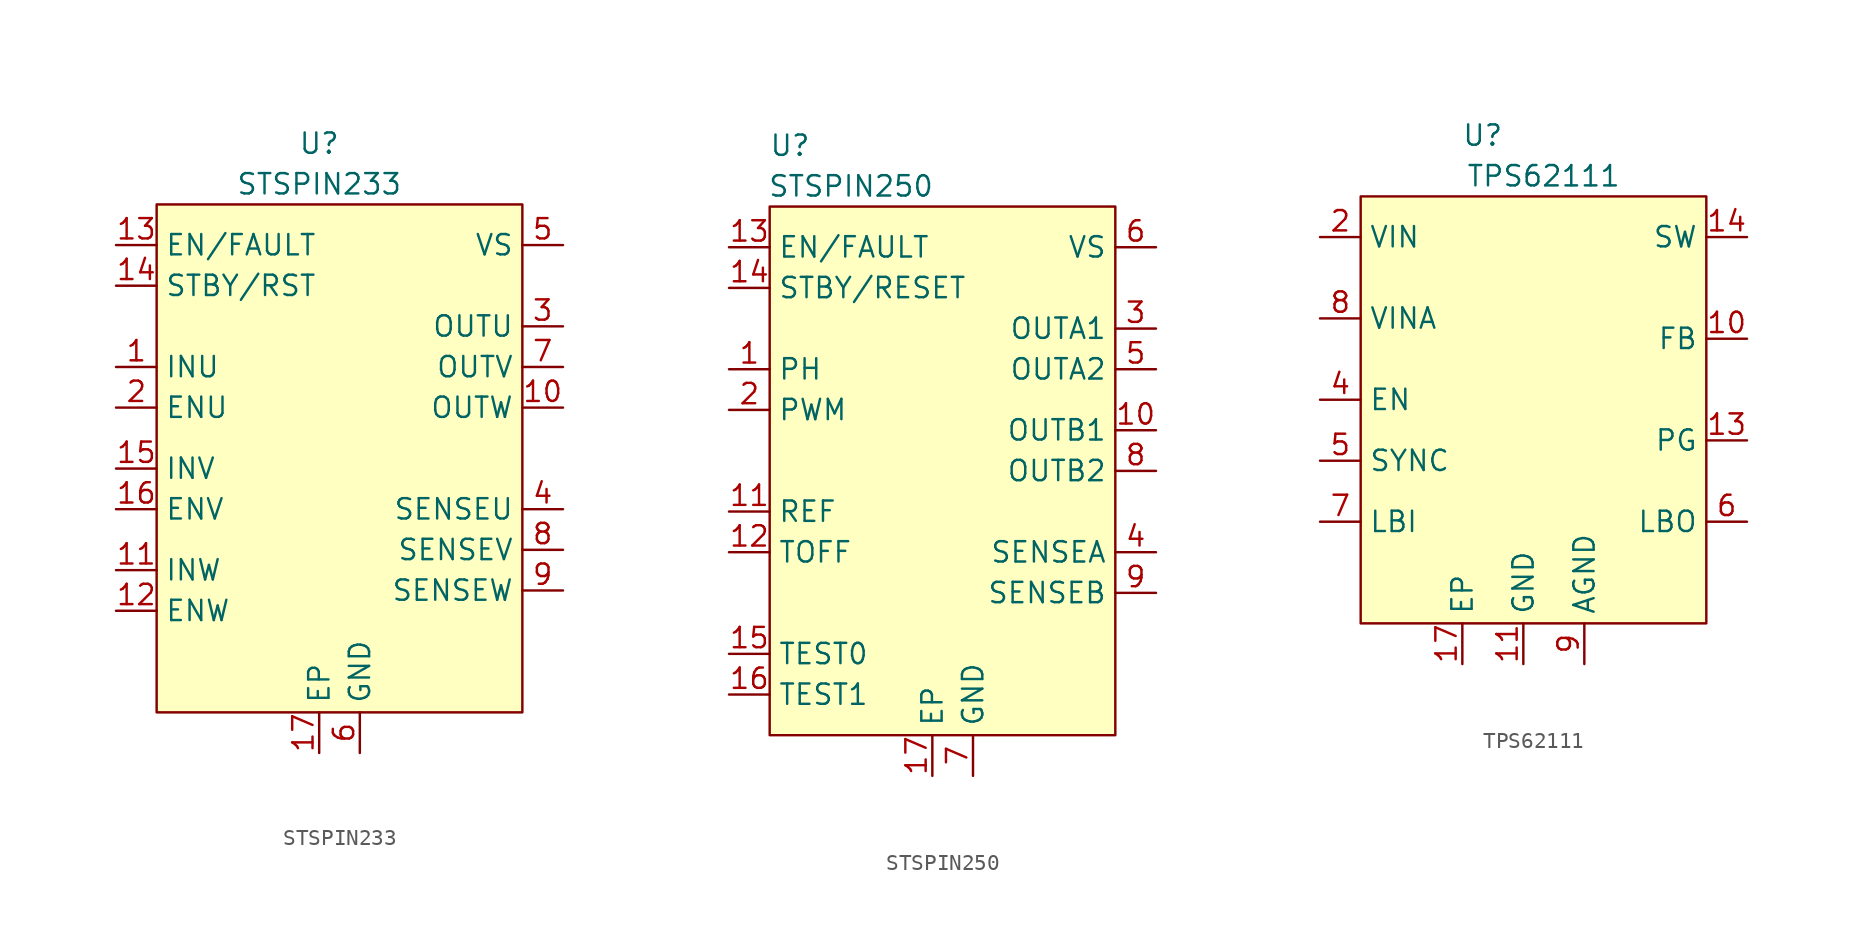
<source format=kicad_sym>
(kicad_symbol_lib
  (version 20210619)
  (generator kicad_symbol_editor)
  (symbol "project-lib:STSPIN233"
    (property "Reference" "U"
      (at 3.81 11.43 0)
      (effects (font (size 1.27 1.27))))
    (property "Value" "STSPIN233"
      (at 3.81 8.89 0)
      (effects (font (size 1.27 1.27))))
    (symbol "STSPIN233_0_0"
      (pin power_out line (at 19.05 -5.08 180) (length 2.54) (name "OUTW" (effects (font (size 1.27 1.27)))) (number "10" (effects (font (size 1.27 1.27)))))
      (pin input line (at -8.89 -15.24 0) (length 2.54) (name "INW" (effects (font (size 1.27 1.27)))) (number "11" (effects (font (size 1.27 1.27)))))
      (pin input line (at -8.89 -17.78 0) (length 2.54) (name "ENW" (effects (font (size 1.27 1.27)))) (number "12" (effects (font (size 1.27 1.27)))))
      (pin bidirectional line (at -8.89 5.08 0) (length 2.54) (name "EN/FAULT" (effects (font (size 1.27 1.27)))) (number "13" (effects (font (size 1.27 1.27)))))
      (pin input line (at -8.89 2.54 0) (length 2.54) (name "STBY/RST" (effects (font (size 1.27 1.27)))) (number "14" (effects (font (size 1.27 1.27)))))
      (pin input line (at -8.89 -8.89 0) (length 2.54) (name "INV" (effects (font (size 1.27 1.27)))) (number "15" (effects (font (size 1.27 1.27)))))
      (pin input line (at -8.89 -11.43 0) (length 2.54) (name "ENV" (effects (font (size 1.27 1.27)))) (number "16" (effects (font (size 1.27 1.27)))))
      (pin power_in line (at 3.81 -26.67 90) (length 2.54) (name "EP" (effects (font (size 1.27 1.27)))) (number "17" (effects (font (size 1.27 1.27)))))
      (pin input line (at -8.89 -5.08 0) (length 2.54) (name "ENU" (effects (font (size 1.27 1.27)))) (number "2" (effects (font (size 1.27 1.27)))))
      (pin power_out line (at 19.05 0 180) (length 2.54) (name "OUTU" (effects (font (size 1.27 1.27)))) (number "3" (effects (font (size 1.27 1.27)))))
      (pin power_out line (at 19.05 -11.43 180) (length 2.54) (name "SENSEU" (effects (font (size 1.27 1.27)))) (number "4" (effects (font (size 1.27 1.27)))))
      (pin power_in line (at 19.05 5.08 180) (length 2.54) (name "VS" (effects (font (size 1.27 1.27)))) (number "5" (effects (font (size 1.27 1.27)))))
      (pin power_in line (at 6.35 -26.67 90) (length 2.54) (name "GND" (effects (font (size 1.27 1.27)))) (number "6" (effects (font (size 1.27 1.27)))))
      (pin power_out line (at 19.05 -2.54 180) (length 2.54) (name "OUTV" (effects (font (size 1.27 1.27)))) (number "7" (effects (font (size 1.27 1.27)))))
      (pin power_out line (at 19.05 -13.97 180) (length 2.54) (name "SENSEV" (effects (font (size 1.27 1.27)))) (number "8" (effects (font (size 1.27 1.27)))))
      (pin power_out line (at 19.05 -16.51 180) (length 2.54) (name "SENSEW" (effects (font (size 1.27 1.27)))) (number "9" (effects (font (size 1.27 1.27))))))
    (symbol "STSPIN233_0_1"
      (rectangle (start -6.35 7.62) (end 16.51 -24.13) (stroke (width 0.152)) (fill (type background))))
    (symbol "STSPIN233_1_1"
      (pin input line (at -8.89 -2.54 0) (length 2.54) (name "INU" (effects (font (size 1.27 1.27)))) (number "1" (effects (font (size 1.27 1.27)))))))
  (symbol "project-lib:STSPIN250"
    (property "Reference" "U"
      (at -10.16 8.89 0)
      (effects (font (size 1.27 1.27))))
    (property "Value" "STSPIN250"
      (at -6.35 6.35 0)
      (effects (font (size 1.27 1.27))))
    (symbol "STSPIN250_0_0"
      (pin input line (at 12.7 -8.89 180) (length 2.54) (name "OUTB1" (effects (font (size 1.27 1.27)))) (number "10" (effects (font (size 1.27 1.27)))))
      (pin input line (at -13.97 -13.97 0) (length 2.54) (name "REF" (effects (font (size 1.27 1.27)))) (number "11" (effects (font (size 1.27 1.27)))))
      (pin input line (at -13.97 -16.51 0) (length 2.54) (name "TOFF" (effects (font (size 1.27 1.27)))) (number "12" (effects (font (size 1.27 1.27)))))
      (pin input line (at -13.97 2.54 0) (length 2.54) (name "EN/FAULT" (effects (font (size 1.27 1.27)))) (number "13" (effects (font (size 1.27 1.27)))))
      (pin input line (at -13.97 0 0) (length 2.54) (name "STBY/RESET" (effects (font (size 1.27 1.27)))) (number "14" (effects (font (size 1.27 1.27)))))
      (pin input line (at -13.97 -22.86 0) (length 2.54) (name "TEST0" (effects (font (size 1.27 1.27)))) (number "15" (effects (font (size 1.27 1.27)))))
      (pin input line (at -13.97 -25.4 0) (length 2.54) (name "TEST1" (effects (font (size 1.27 1.27)))) (number "16" (effects (font (size 1.27 1.27)))))
      (pin input line (at -1.27 -30.48 90) (length 2.54) (name "EP" (effects (font (size 1.27 1.27)))) (number "17" (effects (font (size 1.27 1.27)))))
      (pin input line (at -13.97 -7.62 0) (length 2.54) (name "PWM" (effects (font (size 1.27 1.27)))) (number "2" (effects (font (size 1.27 1.27)))))
      (pin input line (at 12.7 -2.54 180) (length 2.54) (name "OUTA1" (effects (font (size 1.27 1.27)))) (number "3" (effects (font (size 1.27 1.27)))))
      (pin input line (at 12.7 -16.51 180) (length 2.54) (name "SENSEA" (effects (font (size 1.27 1.27)))) (number "4" (effects (font (size 1.27 1.27)))))
      (pin input line (at 12.7 -5.08 180) (length 2.54) (name "OUTA2" (effects (font (size 1.27 1.27)))) (number "5" (effects (font (size 1.27 1.27)))))
      (pin input line (at 12.7 2.54 180) (length 2.54) (name "VS" (effects (font (size 1.27 1.27)))) (number "6" (effects (font (size 1.27 1.27)))))
      (pin input line (at 1.27 -30.48 90) (length 2.54) (name "GND" (effects (font (size 1.27 1.27)))) (number "7" (effects (font (size 1.27 1.27)))))
      (pin input line (at 12.7 -11.43 180) (length 2.54) (name "OUTB2" (effects (font (size 1.27 1.27)))) (number "8" (effects (font (size 1.27 1.27)))))
      (pin input line (at 12.7 -19.05 180) (length 2.54) (name "SENSEB" (effects (font (size 1.27 1.27)))) (number "9" (effects (font (size 1.27 1.27))))))
    (symbol "STSPIN250_0_1"
      (rectangle (start -11.43 5.08) (end 10.16 -27.94) (stroke (width 0.152)) (fill (type background))))
    (symbol "STSPIN250_1_1"
      (pin input line (at -13.97 -5.08 0) (length 2.54) (name "PH" (effects (font (size 1.27 1.27)))) (number "1" (effects (font (size 1.27 1.27)))))))
  (symbol "project-lib:TPS62111"
    (property "Reference" "U"
      (at 7.62 3.81 0)
      (effects (font (size 1.27 1.27))))
    (property "Value" "TPS62111"
      (at 11.43 1.27 0)
      (effects (font (size 1.27 1.27))))
    (symbol "TPS62111_0_0"
      (pin input line (at 24.13 -8.89 180) (length 2.54) (name "FB" (effects (font (size 1.27 1.27)))) (number "10" (effects (font (size 1.27 1.27)))))
      (pin power_in line (at 10.16 -29.21 90) (length 2.54) (name "GND" (effects (font (size 1.27 1.27)))) (number "11" (effects (font (size 1.27 1.27)))))
      (pin power_in line (at 10.16 -29.21 90) (length 2.54) hide (name "GND" (effects (font (size 1.27 1.27)))) (number "12" (effects (font (size 1.27 1.27)))))
      (pin open_collector line (at 24.13 -15.24 180) (length 2.54) (name "PG" (effects (font (size 1.27 1.27)))) (number "13" (effects (font (size 1.27 1.27)))))
      (pin power_out line (at 24.13 -2.54 180) (length 2.54) (name "SW" (effects (font (size 1.27 1.27)))) (number "14" (effects (font (size 1.27 1.27)))))
      (pin power_out line (at 24.13 -2.54 180) (length 2.54) hide (name "SW" (effects (font (size 1.27 1.27)))) (number "15" (effects (font (size 1.27 1.27)))))
      (pin power_in line (at 10.16 -29.21 90) (length 2.54) hide (name "PGND" (effects (font (size 1.27 1.27)))) (number "16" (effects (font (size 1.27 1.27)))))
      (pin power_in line (at 6.35 -29.21 90) (length 2.54) (name "EP" (effects (font (size 1.27 1.27)))) (number "17" (effects (font (size 1.27 1.27)))))
      (pin power_in line (at -2.54 -2.54 0) (length 2.54) (name "VIN" (effects (font (size 1.27 1.27)))) (number "2" (effects (font (size 1.27 1.27)))))
      (pin power_in line (at -2.54 -2.54 0) (length 2.54) hide (name "VIN" (effects (font (size 1.27 1.27)))) (number "3" (effects (font (size 1.27 1.27)))))
      (pin input line (at -2.54 -12.7 0) (length 2.54) (name "EN" (effects (font (size 1.27 1.27)))) (number "4" (effects (font (size 1.27 1.27)))))
      (pin input line (at -2.54 -16.51 0) (length 2.54) (name "SYNC" (effects (font (size 1.27 1.27)))) (number "5" (effects (font (size 1.27 1.27)))))
      (pin open_collector line (at 24.13 -20.32 180) (length 2.54) (name "LBO" (effects (font (size 1.27 1.27)))) (number "6" (effects (font (size 1.27 1.27)))))
      (pin input line (at -2.54 -20.32 0) (length 2.54) (name "LBI" (effects (font (size 1.27 1.27)))) (number "7" (effects (font (size 1.27 1.27)))))
      (pin power_in line (at -2.54 -7.62 0) (length 2.54) (name "VINA" (effects (font (size 1.27 1.27)))) (number "8" (effects (font (size 1.27 1.27)))))
      (pin power_in line (at 13.97 -29.21 90) (length 2.54) (name "AGND" (effects (font (size 1.27 1.27)))) (number "9" (effects (font (size 1.27 1.27))))))
    (symbol "TPS62111_0_1"
      (rectangle (start 0 0) (end 21.59 -26.67) (stroke (width 0.152)) (fill (type background))))
    (symbol "TPS62111_1_1"
      (pin power_in line (at 10.16 -29.21 90) (length 2.54) hide (name "PGND" (effects (font (size 1.27 1.27)))) (number "1" (effects (font (size 1.27 1.27))))))))
</source>
